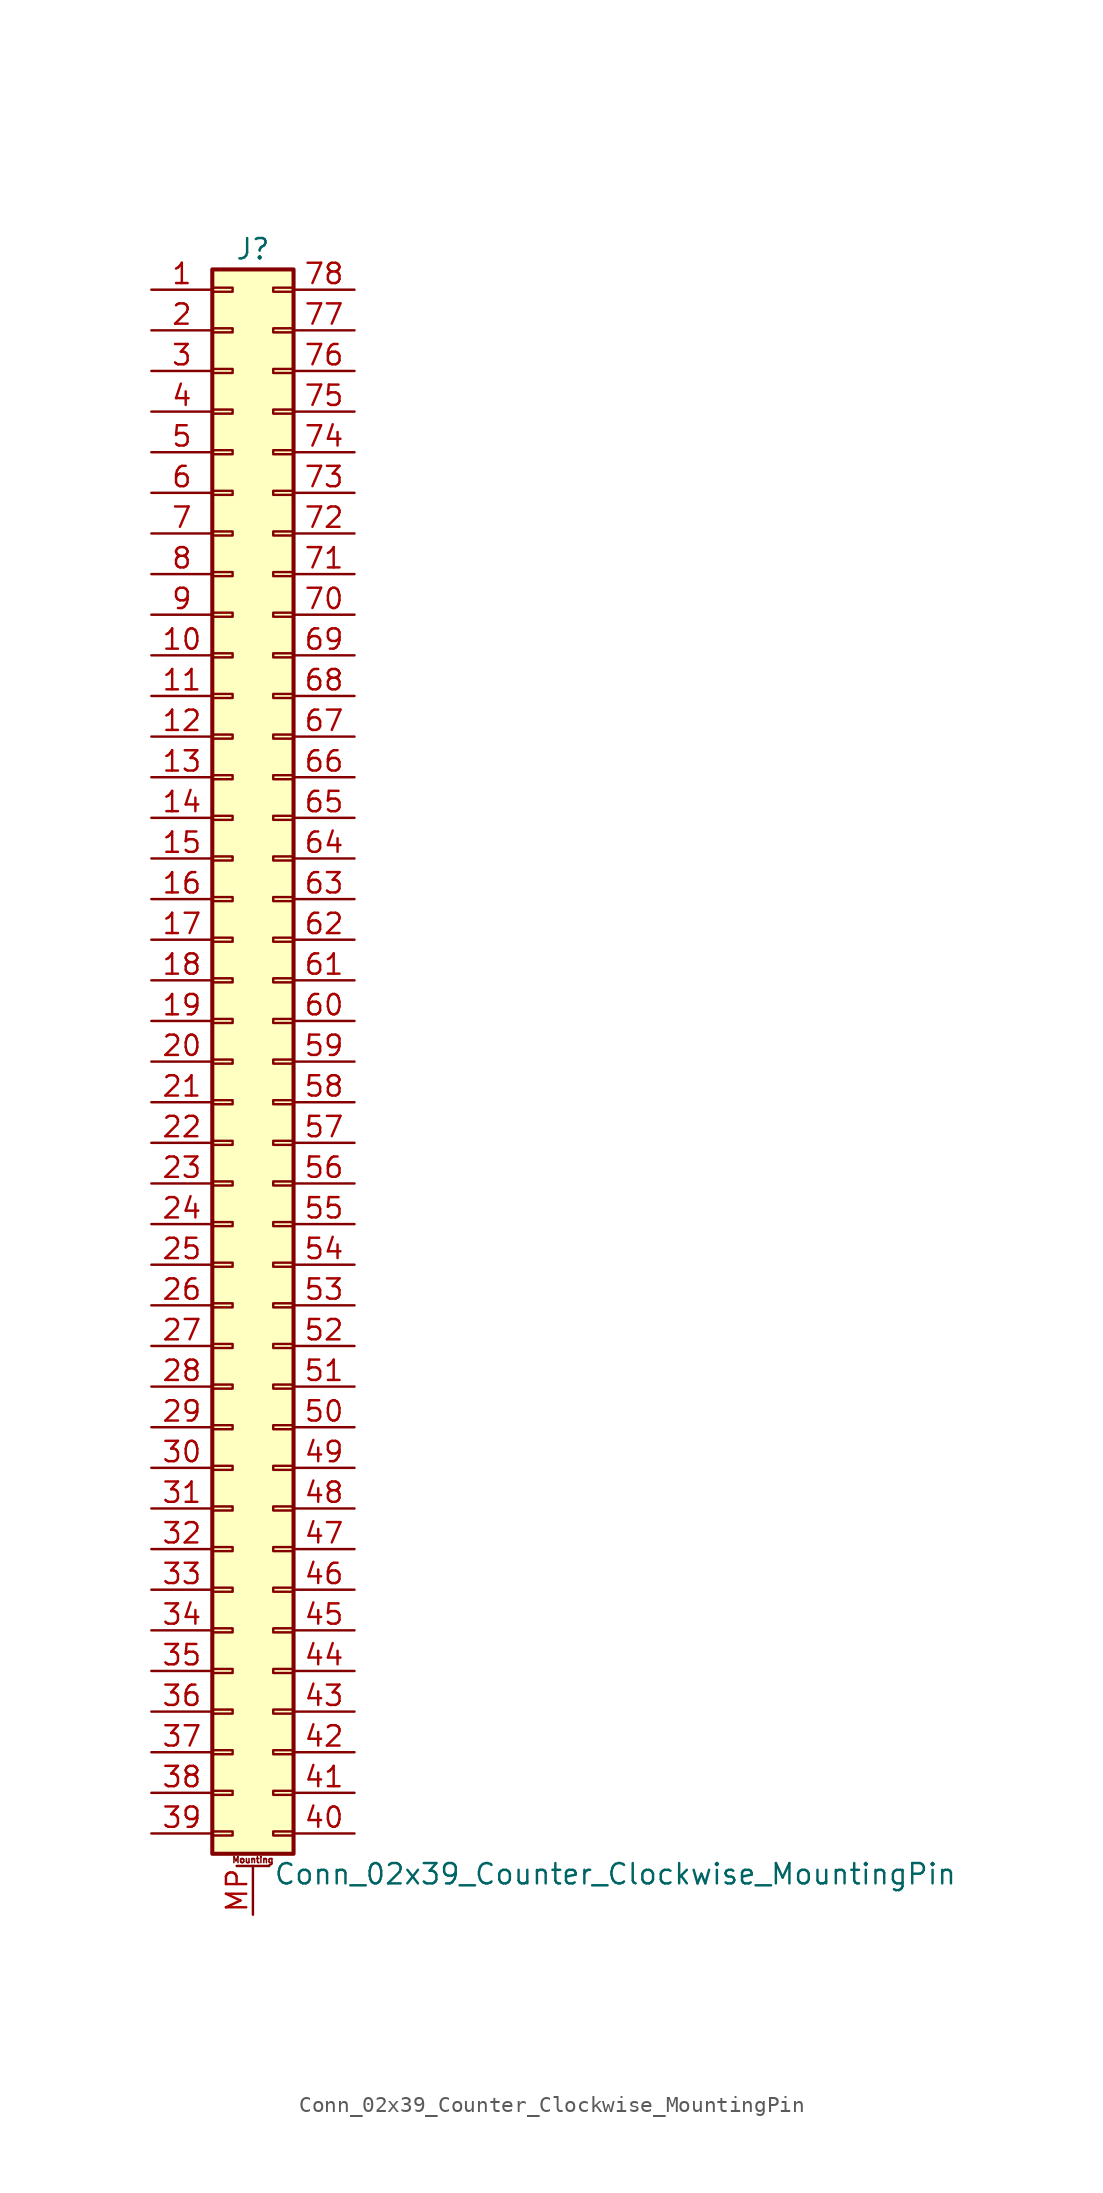
<source format=kicad_sym>
(kicad_symbol_lib
  (version 20211014)
  (generator kicad_symbol_editor)
  (symbol "Conn_02x39_Counter_Clockwise_MountingPin"
    (pin_names
      (offset 1.016) hide)
    (property "Reference" "J"
      (at 1.27 50.8 0)
      (effects (font (size 1.27 1.27))))
    (property "Value" "Conn_02x39_Counter_Clockwise_MountingPin"
      (at 2.54 -50.8 0)
      (effects (font (size 1.27 1.27)) (justify left)))
    (symbol "Conn_02x39_Counter_Clockwise_MountingPin_1_1"
      (rectangle (start -1.27 -48.133) (end 0 -48.387) (stroke (width 0.152) (type default) (color 0 0 0 0)) (fill (type none)))
      (rectangle (start -1.27 -45.593) (end 0 -45.847) (stroke (width 0.152) (type default) (color 0 0 0 0)) (fill (type none)))
      (rectangle (start -1.27 -43.053) (end 0 -43.307) (stroke (width 0.152) (type default) (color 0 0 0 0)) (fill (type none)))
      (rectangle (start -1.27 -40.513) (end 0 -40.767) (stroke (width 0.152) (type default) (color 0 0 0 0)) (fill (type none)))
      (rectangle (start -1.27 -37.973) (end 0 -38.227) (stroke (width 0.152) (type default) (color 0 0 0 0)) (fill (type none)))
      (rectangle (start -1.27 -35.433) (end 0 -35.687) (stroke (width 0.152) (type default) (color 0 0 0 0)) (fill (type none)))
      (rectangle (start -1.27 -32.893) (end 0 -33.147) (stroke (width 0.152) (type default) (color 0 0 0 0)) (fill (type none)))
      (rectangle (start -1.27 -30.353) (end 0 -30.607) (stroke (width 0.152) (type default) (color 0 0 0 0)) (fill (type none)))
      (rectangle (start -1.27 -27.813) (end 0 -28.067) (stroke (width 0.152) (type default) (color 0 0 0 0)) (fill (type none)))
      (rectangle (start -1.27 -25.273) (end 0 -25.527) (stroke (width 0.152) (type default) (color 0 0 0 0)) (fill (type none)))
      (rectangle (start -1.27 -22.733) (end 0 -22.987) (stroke (width 0.152) (type default) (color 0 0 0 0)) (fill (type none)))
      (rectangle (start -1.27 -20.193) (end 0 -20.447) (stroke (width 0.152) (type default) (color 0 0 0 0)) (fill (type none)))
      (rectangle (start -1.27 -17.653) (end 0 -17.907) (stroke (width 0.152) (type default) (color 0 0 0 0)) (fill (type none)))
      (rectangle (start -1.27 -15.113) (end 0 -15.367) (stroke (width 0.152) (type default) (color 0 0 0 0)) (fill (type none)))
      (rectangle (start -1.27 -12.573) (end 0 -12.827) (stroke (width 0.152) (type default) (color 0 0 0 0)) (fill (type none)))
      (rectangle (start -1.27 -10.033) (end 0 -10.287) (stroke (width 0.152) (type default) (color 0 0 0 0)) (fill (type none)))
      (rectangle (start -1.27 -7.493) (end 0 -7.747) (stroke (width 0.152) (type default) (color 0 0 0 0)) (fill (type none)))
      (rectangle (start -1.27 -4.953) (end 0 -5.207) (stroke (width 0.152) (type default) (color 0 0 0 0)) (fill (type none)))
      (rectangle (start -1.27 -2.413) (end 0 -2.667) (stroke (width 0.152) (type default) (color 0 0 0 0)) (fill (type none)))
      (rectangle (start -1.27 0.127) (end 0 -0.127) (stroke (width 0.152) (type default) (color 0 0 0 0)) (fill (type none)))
      (rectangle (start -1.27 2.667) (end 0 2.413) (stroke (width 0.152) (type default) (color 0 0 0 0)) (fill (type none)))
      (rectangle (start -1.27 5.207) (end 0 4.953) (stroke (width 0.152) (type default) (color 0 0 0 0)) (fill (type none)))
      (rectangle (start -1.27 7.747) (end 0 7.493) (stroke (width 0.152) (type default) (color 0 0 0 0)) (fill (type none)))
      (rectangle (start -1.27 10.287) (end 0 10.033) (stroke (width 0.152) (type default) (color 0 0 0 0)) (fill (type none)))
      (rectangle (start -1.27 12.827) (end 0 12.573) (stroke (width 0.152) (type default) (color 0 0 0 0)) (fill (type none)))
      (rectangle (start -1.27 15.367) (end 0 15.113) (stroke (width 0.152) (type default) (color 0 0 0 0)) (fill (type none)))
      (rectangle (start -1.27 17.907) (end 0 17.653) (stroke (width 0.152) (type default) (color 0 0 0 0)) (fill (type none)))
      (rectangle (start -1.27 20.447) (end 0 20.193) (stroke (width 0.152) (type default) (color 0 0 0 0)) (fill (type none)))
      (rectangle (start -1.27 22.987) (end 0 22.733) (stroke (width 0.152) (type default) (color 0 0 0 0)) (fill (type none)))
      (rectangle (start -1.27 25.527) (end 0 25.273) (stroke (width 0.152) (type default) (color 0 0 0 0)) (fill (type none)))
      (rectangle (start -1.27 28.067) (end 0 27.813) (stroke (width 0.152) (type default) (color 0 0 0 0)) (fill (type none)))
      (rectangle (start -1.27 30.607) (end 0 30.353) (stroke (width 0.152) (type default) (color 0 0 0 0)) (fill (type none)))
      (rectangle (start -1.27 33.147) (end 0 32.893) (stroke (width 0.152) (type default) (color 0 0 0 0)) (fill (type none)))
      (rectangle (start -1.27 35.687) (end 0 35.433) (stroke (width 0.152) (type default) (color 0 0 0 0)) (fill (type none)))
      (rectangle (start -1.27 38.227) (end 0 37.973) (stroke (width 0.152) (type default) (color 0 0 0 0)) (fill (type none)))
      (rectangle (start -1.27 40.767) (end 0 40.513) (stroke (width 0.152) (type default) (color 0 0 0 0)) (fill (type none)))
      (rectangle (start -1.27 43.307) (end 0 43.053) (stroke (width 0.152) (type default) (color 0 0 0 0)) (fill (type none)))
      (rectangle (start -1.27 45.847) (end 0 45.593) (stroke (width 0.152) (type default) (color 0 0 0 0)) (fill (type none)))
      (rectangle (start -1.27 48.387) (end 0 48.133) (stroke (width 0.152) (type default) (color 0 0 0 0)) (fill (type none)))
      (rectangle (start -1.27 49.53) (end 3.81 -49.53) (stroke (width 0.254) (type default) (color 0 0 0 0)) (fill (type background)))
      (polyline (pts (xy 0.254 -50.292) (xy 2.286 -50.292)) (stroke (width 0.152) (type default) (color 0 0 0 0)) (fill (type none)))
      (rectangle (start 3.81 -48.133) (end 2.54 -48.387) (stroke (width 0.152) (type default) (color 0 0 0 0)) (fill (type none)))
      (rectangle (start 3.81 -45.593) (end 2.54 -45.847) (stroke (width 0.152) (type default) (color 0 0 0 0)) (fill (type none)))
      (rectangle (start 3.81 -43.053) (end 2.54 -43.307) (stroke (width 0.152) (type default) (color 0 0 0 0)) (fill (type none)))
      (rectangle (start 3.81 -40.513) (end 2.54 -40.767) (stroke (width 0.152) (type default) (color 0 0 0 0)) (fill (type none)))
      (rectangle (start 3.81 -37.973) (end 2.54 -38.227) (stroke (width 0.152) (type default) (color 0 0 0 0)) (fill (type none)))
      (rectangle (start 3.81 -35.433) (end 2.54 -35.687) (stroke (width 0.152) (type default) (color 0 0 0 0)) (fill (type none)))
      (rectangle (start 3.81 -32.893) (end 2.54 -33.147) (stroke (width 0.152) (type default) (color 0 0 0 0)) (fill (type none)))
      (rectangle (start 3.81 -30.353) (end 2.54 -30.607) (stroke (width 0.152) (type default) (color 0 0 0 0)) (fill (type none)))
      (rectangle (start 3.81 -27.813) (end 2.54 -28.067) (stroke (width 0.152) (type default) (color 0 0 0 0)) (fill (type none)))
      (rectangle (start 3.81 -25.273) (end 2.54 -25.527) (stroke (width 0.152) (type default) (color 0 0 0 0)) (fill (type none)))
      (rectangle (start 3.81 -22.733) (end 2.54 -22.987) (stroke (width 0.152) (type default) (color 0 0 0 0)) (fill (type none)))
      (rectangle (start 3.81 -20.193) (end 2.54 -20.447) (stroke (width 0.152) (type default) (color 0 0 0 0)) (fill (type none)))
      (rectangle (start 3.81 -17.653) (end 2.54 -17.907) (stroke (width 0.152) (type default) (color 0 0 0 0)) (fill (type none)))
      (rectangle (start 3.81 -15.113) (end 2.54 -15.367) (stroke (width 0.152) (type default) (color 0 0 0 0)) (fill (type none)))
      (rectangle (start 3.81 -12.573) (end 2.54 -12.827) (stroke (width 0.152) (type default) (color 0 0 0 0)) (fill (type none)))
      (rectangle (start 3.81 -10.033) (end 2.54 -10.287) (stroke (width 0.152) (type default) (color 0 0 0 0)) (fill (type none)))
      (rectangle (start 3.81 -7.493) (end 2.54 -7.747) (stroke (width 0.152) (type default) (color 0 0 0 0)) (fill (type none)))
      (rectangle (start 3.81 -4.953) (end 2.54 -5.207) (stroke (width 0.152) (type default) (color 0 0 0 0)) (fill (type none)))
      (rectangle (start 3.81 -2.413) (end 2.54 -2.667) (stroke (width 0.152) (type default) (color 0 0 0 0)) (fill (type none)))
      (rectangle (start 3.81 0.127) (end 2.54 -0.127) (stroke (width 0.152) (type default) (color 0 0 0 0)) (fill (type none)))
      (rectangle (start 3.81 2.667) (end 2.54 2.413) (stroke (width 0.152) (type default) (color 0 0 0 0)) (fill (type none)))
      (rectangle (start 3.81 5.207) (end 2.54 4.953) (stroke (width 0.152) (type default) (color 0 0 0 0)) (fill (type none)))
      (rectangle (start 3.81 7.747) (end 2.54 7.493) (stroke (width 0.152) (type default) (color 0 0 0 0)) (fill (type none)))
      (rectangle (start 3.81 10.287) (end 2.54 10.033) (stroke (width 0.152) (type default) (color 0 0 0 0)) (fill (type none)))
      (rectangle (start 3.81 12.827) (end 2.54 12.573) (stroke (width 0.152) (type default) (color 0 0 0 0)) (fill (type none)))
      (rectangle (start 3.81 15.367) (end 2.54 15.113) (stroke (width 0.152) (type default) (color 0 0 0 0)) (fill (type none)))
      (rectangle (start 3.81 17.907) (end 2.54 17.653) (stroke (width 0.152) (type default) (color 0 0 0 0)) (fill (type none)))
      (rectangle (start 3.81 20.447) (end 2.54 20.193) (stroke (width 0.152) (type default) (color 0 0 0 0)) (fill (type none)))
      (rectangle (start 3.81 22.987) (end 2.54 22.733) (stroke (width 0.152) (type default) (color 0 0 0 0)) (fill (type none)))
      (rectangle (start 3.81 25.527) (end 2.54 25.273) (stroke (width 0.152) (type default) (color 0 0 0 0)) (fill (type none)))
      (rectangle (start 3.81 28.067) (end 2.54 27.813) (stroke (width 0.152) (type default) (color 0 0 0 0)) (fill (type none)))
      (rectangle (start 3.81 30.607) (end 2.54 30.353) (stroke (width 0.152) (type default) (color 0 0 0 0)) (fill (type none)))
      (rectangle (start 3.81 33.147) (end 2.54 32.893) (stroke (width 0.152) (type default) (color 0 0 0 0)) (fill (type none)))
      (rectangle (start 3.81 35.687) (end 2.54 35.433) (stroke (width 0.152) (type default) (color 0 0 0 0)) (fill (type none)))
      (rectangle (start 3.81 38.227) (end 2.54 37.973) (stroke (width 0.152) (type default) (color 0 0 0 0)) (fill (type none)))
      (rectangle (start 3.81 40.767) (end 2.54 40.513) (stroke (width 0.152) (type default) (color 0 0 0 0)) (fill (type none)))
      (rectangle (start 3.81 43.307) (end 2.54 43.053) (stroke (width 0.152) (type default) (color 0 0 0 0)) (fill (type none)))
      (rectangle (start 3.81 45.847) (end 2.54 45.593) (stroke (width 0.152) (type default) (color 0 0 0 0)) (fill (type none)))
      (rectangle (start 3.81 48.387) (end 2.54 48.133) (stroke (width 0.152) (type default) (color 0 0 0 0)) (fill (type none)))
      (text "Mounting" (at 1.27 -49.911 0) (effects (font (size 0.381 0.381))))
      (pin passive line (at -5.08 48.26 0) (length 3.81) (name "Pin_1" (effects (font (size 1.27 1.27)))) (number "1" (effects (font (size 1.27 1.27)))))
      (pin passive line (at -5.08 25.4 0) (length 3.81) (name "Pin_10" (effects (font (size 1.27 1.27)))) (number "10" (effects (font (size 1.27 1.27)))))
      (pin passive line (at -5.08 22.86 0) (length 3.81) (name "Pin_11" (effects (font (size 1.27 1.27)))) (number "11" (effects (font (size 1.27 1.27)))))
      (pin passive line (at -5.08 20.32 0) (length 3.81) (name "Pin_12" (effects (font (size 1.27 1.27)))) (number "12" (effects (font (size 1.27 1.27)))))
      (pin passive line (at -5.08 17.78 0) (length 3.81) (name "Pin_13" (effects (font (size 1.27 1.27)))) (number "13" (effects (font (size 1.27 1.27)))))
      (pin passive line (at -5.08 15.24 0) (length 3.81) (name "Pin_14" (effects (font (size 1.27 1.27)))) (number "14" (effects (font (size 1.27 1.27)))))
      (pin passive line (at -5.08 12.7 0) (length 3.81) (name "Pin_15" (effects (font (size 1.27 1.27)))) (number "15" (effects (font (size 1.27 1.27)))))
      (pin passive line (at -5.08 10.16 0) (length 3.81) (name "Pin_16" (effects (font (size 1.27 1.27)))) (number "16" (effects (font (size 1.27 1.27)))))
      (pin passive line (at -5.08 7.62 0) (length 3.81) (name "Pin_17" (effects (font (size 1.27 1.27)))) (number "17" (effects (font (size 1.27 1.27)))))
      (pin passive line (at -5.08 5.08 0) (length 3.81) (name "Pin_18" (effects (font (size 1.27 1.27)))) (number "18" (effects (font (size 1.27 1.27)))))
      (pin passive line (at -5.08 2.54 0) (length 3.81) (name "Pin_19" (effects (font (size 1.27 1.27)))) (number "19" (effects (font (size 1.27 1.27)))))
      (pin passive line (at -5.08 45.72 0) (length 3.81) (name "Pin_2" (effects (font (size 1.27 1.27)))) (number "2" (effects (font (size 1.27 1.27)))))
      (pin passive line (at -5.08 0 0) (length 3.81) (name "Pin_20" (effects (font (size 1.27 1.27)))) (number "20" (effects (font (size 1.27 1.27)))))
      (pin passive line (at -5.08 -2.54 0) (length 3.81) (name "Pin_21" (effects (font (size 1.27 1.27)))) (number "21" (effects (font (size 1.27 1.27)))))
      (pin passive line (at -5.08 -5.08 0) (length 3.81) (name "Pin_22" (effects (font (size 1.27 1.27)))) (number "22" (effects (font (size 1.27 1.27)))))
      (pin passive line (at -5.08 -7.62 0) (length 3.81) (name "Pin_23" (effects (font (size 1.27 1.27)))) (number "23" (effects (font (size 1.27 1.27)))))
      (pin passive line (at -5.08 -10.16 0) (length 3.81) (name "Pin_24" (effects (font (size 1.27 1.27)))) (number "24" (effects (font (size 1.27 1.27)))))
      (pin passive line (at -5.08 -12.7 0) (length 3.81) (name "Pin_25" (effects (font (size 1.27 1.27)))) (number "25" (effects (font (size 1.27 1.27)))))
      (pin passive line (at -5.08 -15.24 0) (length 3.81) (name "Pin_26" (effects (font (size 1.27 1.27)))) (number "26" (effects (font (size 1.27 1.27)))))
      (pin passive line (at -5.08 -17.78 0) (length 3.81) (name "Pin_27" (effects (font (size 1.27 1.27)))) (number "27" (effects (font (size 1.27 1.27)))))
      (pin passive line (at -5.08 -20.32 0) (length 3.81) (name "Pin_28" (effects (font (size 1.27 1.27)))) (number "28" (effects (font (size 1.27 1.27)))))
      (pin passive line (at -5.08 -22.86 0) (length 3.81) (name "Pin_29" (effects (font (size 1.27 1.27)))) (number "29" (effects (font (size 1.27 1.27)))))
      (pin passive line (at -5.08 43.18 0) (length 3.81) (name "Pin_3" (effects (font (size 1.27 1.27)))) (number "3" (effects (font (size 1.27 1.27)))))
      (pin passive line (at -5.08 -25.4 0) (length 3.81) (name "Pin_30" (effects (font (size 1.27 1.27)))) (number "30" (effects (font (size 1.27 1.27)))))
      (pin passive line (at -5.08 -27.94 0) (length 3.81) (name "Pin_31" (effects (font (size 1.27 1.27)))) (number "31" (effects (font (size 1.27 1.27)))))
      (pin passive line (at -5.08 -30.48 0) (length 3.81) (name "Pin_32" (effects (font (size 1.27 1.27)))) (number "32" (effects (font (size 1.27 1.27)))))
      (pin passive line (at -5.08 -33.02 0) (length 3.81) (name "Pin_33" (effects (font (size 1.27 1.27)))) (number "33" (effects (font (size 1.27 1.27)))))
      (pin passive line (at -5.08 -35.56 0) (length 3.81) (name "Pin_34" (effects (font (size 1.27 1.27)))) (number "34" (effects (font (size 1.27 1.27)))))
      (pin passive line (at -5.08 -38.1 0) (length 3.81) (name "Pin_35" (effects (font (size 1.27 1.27)))) (number "35" (effects (font (size 1.27 1.27)))))
      (pin passive line (at -5.08 -40.64 0) (length 3.81) (name "Pin_36" (effects (font (size 1.27 1.27)))) (number "36" (effects (font (size 1.27 1.27)))))
      (pin passive line (at -5.08 -43.18 0) (length 3.81) (name "Pin_37" (effects (font (size 1.27 1.27)))) (number "37" (effects (font (size 1.27 1.27)))))
      (pin passive line (at -5.08 -45.72 0) (length 3.81) (name "Pin_38" (effects (font (size 1.27 1.27)))) (number "38" (effects (font (size 1.27 1.27)))))
      (pin passive line (at -5.08 -48.26 0) (length 3.81) (name "Pin_39" (effects (font (size 1.27 1.27)))) (number "39" (effects (font (size 1.27 1.27)))))
      (pin passive line (at -5.08 40.64 0) (length 3.81) (name "Pin_4" (effects (font (size 1.27 1.27)))) (number "4" (effects (font (size 1.27 1.27)))))
      (pin passive line (at 7.62 -48.26 180) (length 3.81) (name "Pin_40" (effects (font (size 1.27 1.27)))) (number "40" (effects (font (size 1.27 1.27)))))
      (pin passive line (at 7.62 -45.72 180) (length 3.81) (name "Pin_41" (effects (font (size 1.27 1.27)))) (number "41" (effects (font (size 1.27 1.27)))))
      (pin passive line (at 7.62 -43.18 180) (length 3.81) (name "Pin_42" (effects (font (size 1.27 1.27)))) (number "42" (effects (font (size 1.27 1.27)))))
      (pin passive line (at 7.62 -40.64 180) (length 3.81) (name "Pin_43" (effects (font (size 1.27 1.27)))) (number "43" (effects (font (size 1.27 1.27)))))
      (pin passive line (at 7.62 -38.1 180) (length 3.81) (name "Pin_44" (effects (font (size 1.27 1.27)))) (number "44" (effects (font (size 1.27 1.27)))))
      (pin passive line (at 7.62 -35.56 180) (length 3.81) (name "Pin_45" (effects (font (size 1.27 1.27)))) (number "45" (effects (font (size 1.27 1.27)))))
      (pin passive line (at 7.62 -33.02 180) (length 3.81) (name "Pin_46" (effects (font (size 1.27 1.27)))) (number "46" (effects (font (size 1.27 1.27)))))
      (pin passive line (at 7.62 -30.48 180) (length 3.81) (name "Pin_47" (effects (font (size 1.27 1.27)))) (number "47" (effects (font (size 1.27 1.27)))))
      (pin passive line (at 7.62 -27.94 180) (length 3.81) (name "Pin_48" (effects (font (size 1.27 1.27)))) (number "48" (effects (font (size 1.27 1.27)))))
      (pin passive line (at 7.62 -25.4 180) (length 3.81) (name "Pin_49" (effects (font (size 1.27 1.27)))) (number "49" (effects (font (size 1.27 1.27)))))
      (pin passive line (at -5.08 38.1 0) (length 3.81) (name "Pin_5" (effects (font (size 1.27 1.27)))) (number "5" (effects (font (size 1.27 1.27)))))
      (pin passive line (at 7.62 -22.86 180) (length 3.81) (name "Pin_50" (effects (font (size 1.27 1.27)))) (number "50" (effects (font (size 1.27 1.27)))))
      (pin passive line (at 7.62 -20.32 180) (length 3.81) (name "Pin_51" (effects (font (size 1.27 1.27)))) (number "51" (effects (font (size 1.27 1.27)))))
      (pin passive line (at 7.62 -17.78 180) (length 3.81) (name "Pin_52" (effects (font (size 1.27 1.27)))) (number "52" (effects (font (size 1.27 1.27)))))
      (pin passive line (at 7.62 -15.24 180) (length 3.81) (name "Pin_53" (effects (font (size 1.27 1.27)))) (number "53" (effects (font (size 1.27 1.27)))))
      (pin passive line (at 7.62 -12.7 180) (length 3.81) (name "Pin_54" (effects (font (size 1.27 1.27)))) (number "54" (effects (font (size 1.27 1.27)))))
      (pin passive line (at 7.62 -10.16 180) (length 3.81) (name "Pin_55" (effects (font (size 1.27 1.27)))) (number "55" (effects (font (size 1.27 1.27)))))
      (pin passive line (at 7.62 -7.62 180) (length 3.81) (name "Pin_56" (effects (font (size 1.27 1.27)))) (number "56" (effects (font (size 1.27 1.27)))))
      (pin passive line (at 7.62 -5.08 180) (length 3.81) (name "Pin_57" (effects (font (size 1.27 1.27)))) (number "57" (effects (font (size 1.27 1.27)))))
      (pin passive line (at 7.62 -2.54 180) (length 3.81) (name "Pin_58" (effects (font (size 1.27 1.27)))) (number "58" (effects (font (size 1.27 1.27)))))
      (pin passive line (at 7.62 0 180) (length 3.81) (name "Pin_59" (effects (font (size 1.27 1.27)))) (number "59" (effects (font (size 1.27 1.27)))))
      (pin passive line (at -5.08 35.56 0) (length 3.81) (name "Pin_6" (effects (font (size 1.27 1.27)))) (number "6" (effects (font (size 1.27 1.27)))))
      (pin passive line (at 7.62 2.54 180) (length 3.81) (name "Pin_60" (effects (font (size 1.27 1.27)))) (number "60" (effects (font (size 1.27 1.27)))))
      (pin passive line (at 7.62 5.08 180) (length 3.81) (name "Pin_61" (effects (font (size 1.27 1.27)))) (number "61" (effects (font (size 1.27 1.27)))))
      (pin passive line (at 7.62 7.62 180) (length 3.81) (name "Pin_62" (effects (font (size 1.27 1.27)))) (number "62" (effects (font (size 1.27 1.27)))))
      (pin passive line (at 7.62 10.16 180) (length 3.81) (name "Pin_63" (effects (font (size 1.27 1.27)))) (number "63" (effects (font (size 1.27 1.27)))))
      (pin passive line (at 7.62 12.7 180) (length 3.81) (name "Pin_64" (effects (font (size 1.27 1.27)))) (number "64" (effects (font (size 1.27 1.27)))))
      (pin passive line (at 7.62 15.24 180) (length 3.81) (name "Pin_65" (effects (font (size 1.27 1.27)))) (number "65" (effects (font (size 1.27 1.27)))))
      (pin passive line (at 7.62 17.78 180) (length 3.81) (name "Pin_66" (effects (font (size 1.27 1.27)))) (number "66" (effects (font (size 1.27 1.27)))))
      (pin passive line (at 7.62 20.32 180) (length 3.81) (name "Pin_67" (effects (font (size 1.27 1.27)))) (number "67" (effects (font (size 1.27 1.27)))))
      (pin passive line (at 7.62 22.86 180) (length 3.81) (name "Pin_68" (effects (font (size 1.27 1.27)))) (number "68" (effects (font (size 1.27 1.27)))))
      (pin passive line (at 7.62 25.4 180) (length 3.81) (name "Pin_69" (effects (font (size 1.27 1.27)))) (number "69" (effects (font (size 1.27 1.27)))))
      (pin passive line (at -5.08 33.02 0) (length 3.81) (name "Pin_7" (effects (font (size 1.27 1.27)))) (number "7" (effects (font (size 1.27 1.27)))))
      (pin passive line (at 7.62 27.94 180) (length 3.81) (name "Pin_70" (effects (font (size 1.27 1.27)))) (number "70" (effects (font (size 1.27 1.27)))))
      (pin passive line (at 7.62 30.48 180) (length 3.81) (name "Pin_71" (effects (font (size 1.27 1.27)))) (number "71" (effects (font (size 1.27 1.27)))))
      (pin passive line (at 7.62 33.02 180) (length 3.81) (name "Pin_72" (effects (font (size 1.27 1.27)))) (number "72" (effects (font (size 1.27 1.27)))))
      (pin passive line (at 7.62 35.56 180) (length 3.81) (name "Pin_73" (effects (font (size 1.27 1.27)))) (number "73" (effects (font (size 1.27 1.27)))))
      (pin passive line (at 7.62 38.1 180) (length 3.81) (name "Pin_74" (effects (font (size 1.27 1.27)))) (number "74" (effects (font (size 1.27 1.27)))))
      (pin passive line (at 7.62 40.64 180) (length 3.81) (name "Pin_75" (effects (font (size 1.27 1.27)))) (number "75" (effects (font (size 1.27 1.27)))))
      (pin passive line (at 7.62 43.18 180) (length 3.81) (name "Pin_76" (effects (font (size 1.27 1.27)))) (number "76" (effects (font (size 1.27 1.27)))))
      (pin passive line (at 7.62 45.72 180) (length 3.81) (name "Pin_77" (effects (font (size 1.27 1.27)))) (number "77" (effects (font (size 1.27 1.27)))))
      (pin passive line (at 7.62 48.26 180) (length 3.81) (name "Pin_78" (effects (font (size 1.27 1.27)))) (number "78" (effects (font (size 1.27 1.27)))))
      (pin passive line (at -5.08 30.48 0) (length 3.81) (name "Pin_8" (effects (font (size 1.27 1.27)))) (number "8" (effects (font (size 1.27 1.27)))))
      (pin passive line (at -5.08 27.94 0) (length 3.81) (name "Pin_9" (effects (font (size 1.27 1.27)))) (number "9" (effects (font (size 1.27 1.27)))))
      (pin passive line (at 1.27 -53.34 90) (length 3.048) (name "MountPin" (effects (font (size 1.27 1.27)))) (number "MP" (effects (font (size 1.27 1.27))))))))
</source>
